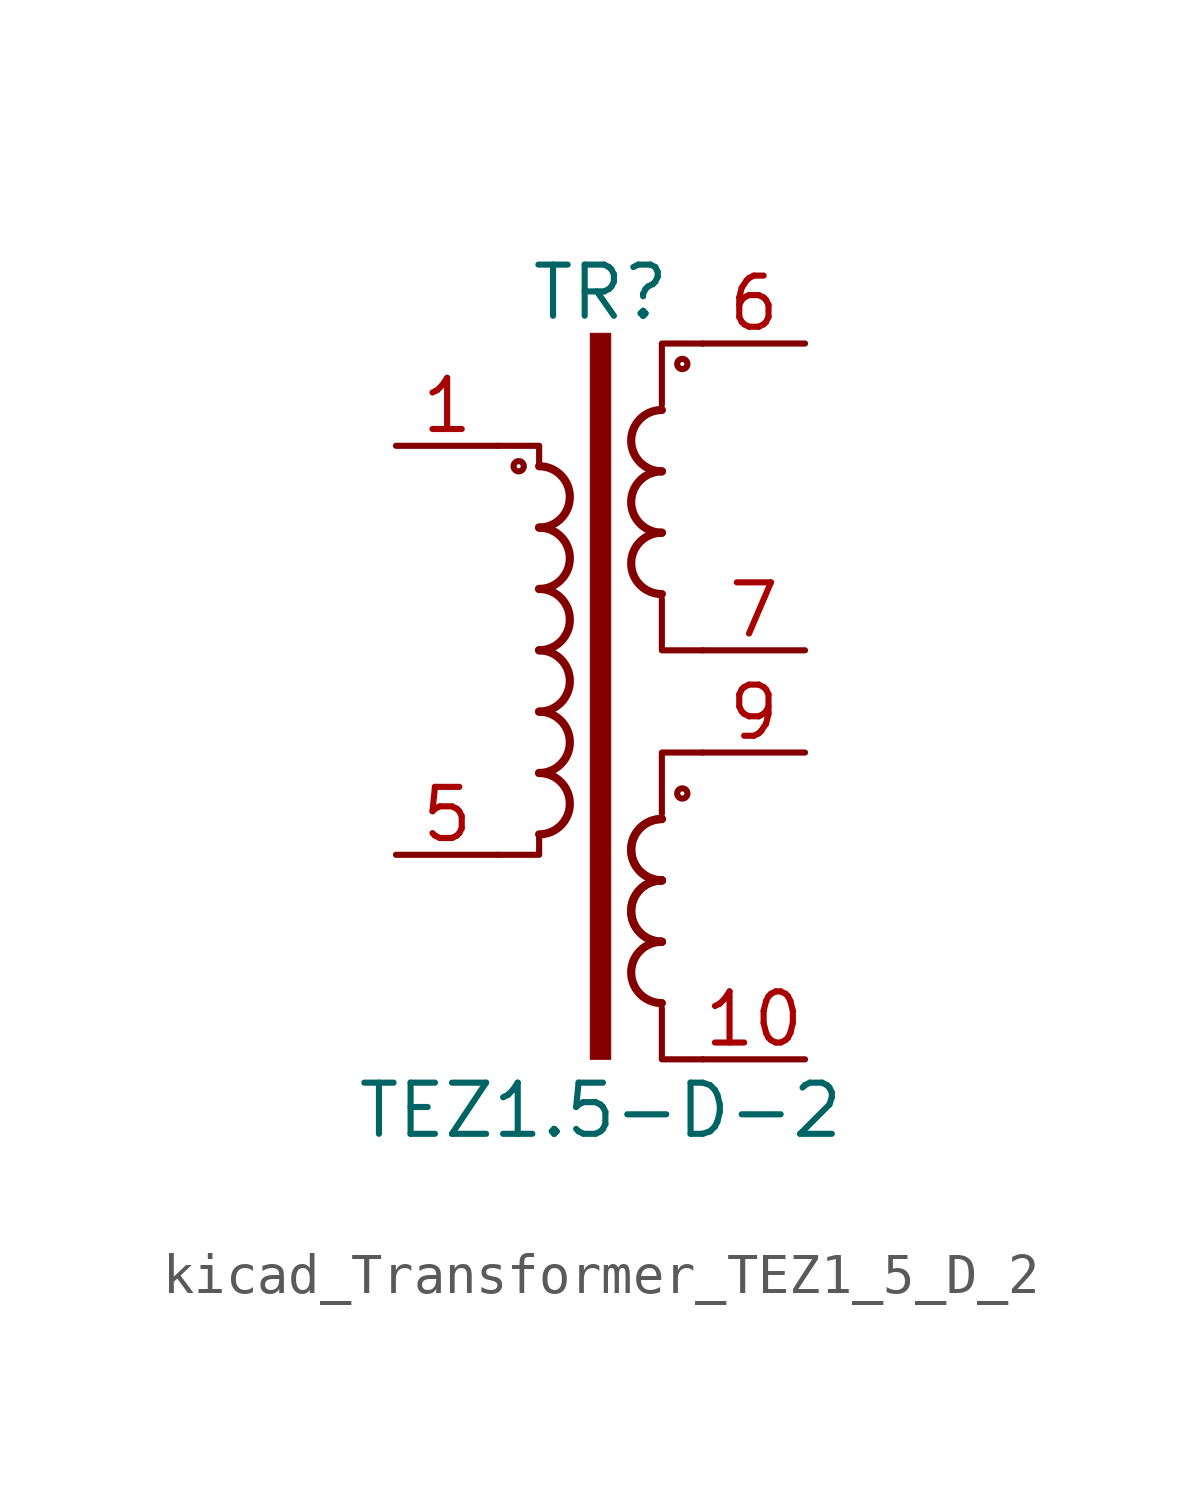
<source format=kicad_sym>
(kicad_symbol_lib
  (version 20220914)
  (generator kicad_symbol_editor)
  (symbol "kicad_Transformer_TEZ1_5_D_2"
    (pin_names
      (offset 0.025))
    (property "Reference" "TR"
      (at 0 8.89 0)
      (effects (font (size 1.27 1.27))))
    (property "Value" "TEZ1.5-D-2"
      (at 0 -11.43 0)
      (effects (font (size 1.27 1.27))))
    (symbol "kicad_Transformer_TEZ1_5_D_2_0_1"
      (circle (center -2.032 4.572) (radius 0.127) (stroke (width 0) (type default)) (fill (type none)))
      (arc (start -1.524 -4.572) (mid -0.7653 -3.81) (end -1.524 -3.048) (stroke (width 0.2032) (type default)) (fill (type none)))
      (arc (start -1.524 -3.048) (mid -0.7653 -2.286) (end -1.524 -1.524) (stroke (width 0.2032) (type default)) (fill (type none)))
      (arc (start -1.524 -1.524) (mid -0.7653 -0.762) (end -1.524 0) (stroke (width 0.2032) (type default)) (fill (type none)))
      (arc (start -1.524 0) (mid -0.7653 0.762) (end -1.524 1.524) (stroke (width 0.2032) (type default)) (fill (type none)))
      (arc (start -1.524 1.524) (mid -0.7653 2.286) (end -1.524 3.048) (stroke (width 0.2032) (type default)) (fill (type none)))
      (arc (start -1.524 3.048) (mid -0.7653 3.81) (end -1.524 4.572) (stroke (width 0.2032) (type default)) (fill (type none)))
      (rectangle (start -0.254 7.874) (end 0.254 -10.16) (stroke (width 0.025) (type default)) (fill (type outline)))
      (polyline (pts (xy -1.524 -4.572) (xy -1.524 -5.08) (xy -2.54 -5.08)) (stroke (width 0) (type default)) (fill (type none)))
      (polyline (pts (xy -1.524 4.572) (xy -1.524 5.08) (xy -2.54 5.08)) (stroke (width 0) (type default)) (fill (type none)))
      (polyline (pts (xy 1.524 -8.89) (xy 1.524 -10.16) (xy 2.54 -10.16)) (stroke (width 0) (type default)) (fill (type none)))
      (polyline (pts (xy 2.54 -2.54) (xy 1.524 -2.54) (xy 1.524 -4.064)) (stroke (width 0) (type default)) (fill (type none)))
      (polyline (pts (xy 2.54 0) (xy 1.524 0) (xy 1.524 1.27)) (stroke (width 0) (type default)) (fill (type none)))
      (polyline (pts (xy 2.54 7.62) (xy 1.524 7.62) (xy 1.524 6.096)) (stroke (width 0) (type default)) (fill (type none)))
      (arc (start 1.524 -7.239) (mid 0.7653 -8.001) (end 1.524 -8.763) (stroke (width 0.2032) (type default)) (fill (type none)))
      (arc (start 1.524 -5.715) (mid 0.7653 -6.477) (end 1.524 -7.239) (stroke (width 0.2032) (type default)) (fill (type none)))
      (arc (start 1.524 -5.715) (mid 0.7653 -6.477) (end 1.524 -7.239) (stroke (width 0.2032) (type default)) (fill (type none)))
      (arc (start 1.524 -4.191) (mid 0.7653 -4.953) (end 1.524 -5.715) (stroke (width 0.2032) (type default)) (fill (type none)))
      (arc (start 1.524 -4.191) (mid 0.7653 -4.953) (end 1.524 -5.715) (stroke (width 0.2032) (type default)) (fill (type none)))
      (arc (start 1.524 2.921) (mid 0.7653 2.159) (end 1.524 1.397) (stroke (width 0.2032) (type default)) (fill (type none)))
      (arc (start 1.524 4.445) (mid 0.7653 3.683) (end 1.524 2.921) (stroke (width 0.2032) (type default)) (fill (type none)))
      (arc (start 1.524 5.969) (mid 0.7653 5.207) (end 1.524 4.445) (stroke (width 0.2032) (type default)) (fill (type none)))
      (circle (center 2.032 -3.556) (radius 0.127) (stroke (width 0) (type default)) (fill (type none)))
      (circle (center 2.032 7.112) (radius 0.127) (stroke (width 0) (type default)) (fill (type none))))
    (symbol "kicad_Transformer_TEZ1_5_D_2_1_1"
      (pin passive line (at -5.08 5.08 0) (length 2.54) (name "~" (effects (font (size 1.27 1.27)))) (number "1" (effects (font (size 1.27 1.27)))))
      (pin passive line (at 5.08 -10.16 180) (length 2.54) (name "~" (effects (font (size 1.27 1.27)))) (number "10" (effects (font (size 1.27 1.27)))))
      (pin passive line (at -5.08 -5.08 0) (length 2.54) (name "~" (effects (font (size 1.27 1.27)))) (number "5" (effects (font (size 1.27 1.27)))))
      (pin passive line (at 5.08 7.62 180) (length 2.54) (name "~" (effects (font (size 1.27 1.27)))) (number "6" (effects (font (size 1.27 1.27)))))
      (pin passive line (at 5.08 0 180) (length 2.54) (name "~" (effects (font (size 1.27 1.27)))) (number "7" (effects (font (size 1.27 1.27)))))
      (pin passive line (at 5.08 -2.54 180) (length 2.54) (name "~" (effects (font (size 1.27 1.27)))) (number "9" (effects (font (size 1.27 1.27))))))))
</source>
